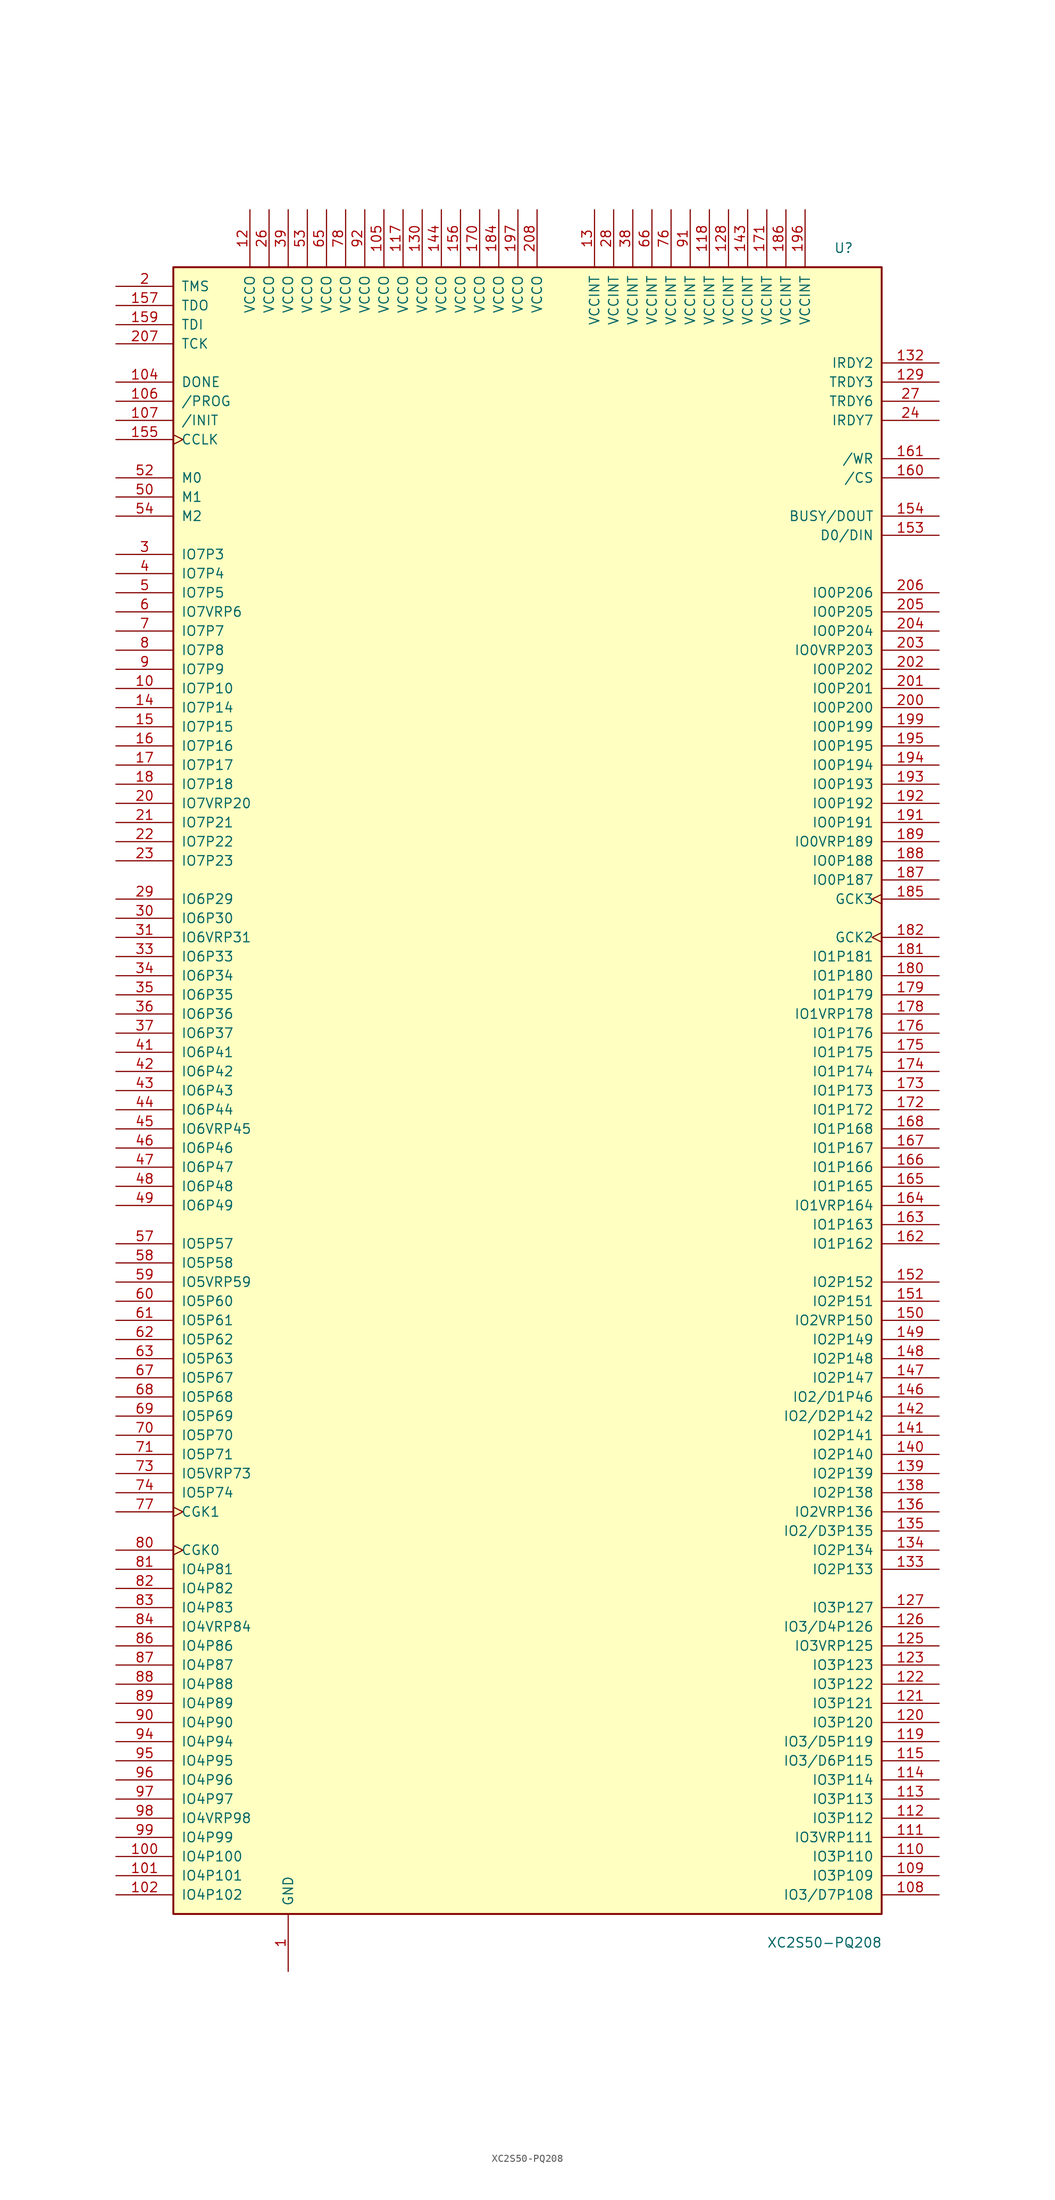
<source format=kicad_sym>
(kicad_symbol_lib
  (version 20241209)
  (generator "kicad_symbol_editor")
  (generator_version "9.0")
  (symbol "XC2S50-PQ208"
    (pin_names
      (offset 1.016))
    (property "Reference" "U"
      (at 40.64 111.76 0)
      (effects (font (size 1.27 1.27)) (justify left)))
    (property "Value" "XC2S50-PQ208"
      (at 31.75 -113.03 0)
      (effects (font (size 1.27 1.27)) (justify left)))
    (symbol "XC2S50-PQ208_0_1"
      (rectangle (start -46.99 109.22) (end 46.99 -109.22) (stroke (width 0.254) (type default)) (fill (type background))))
    (symbol "XC2S50-PQ208_1_1"
      (pin bidirectional line (at -54.61 106.68 0) (length 7.62) (name "TMS" (effects (font (size 1.27 1.27)))) (number "2" (effects (font (size 1.27 1.27)))))
      (pin bidirectional line (at -54.61 104.14 0) (length 7.62) (name "TDO" (effects (font (size 1.27 1.27)))) (number "157" (effects (font (size 1.27 1.27)))))
      (pin bidirectional line (at -54.61 101.6 0) (length 7.62) (name "TDI" (effects (font (size 1.27 1.27)))) (number "159" (effects (font (size 1.27 1.27)))))
      (pin bidirectional line (at -54.61 99.06 0) (length 7.62) (name "TCK" (effects (font (size 1.27 1.27)))) (number "207" (effects (font (size 1.27 1.27)))))
      (pin bidirectional line (at -54.61 93.98 0) (length 7.62) (name "DONE" (effects (font (size 1.27 1.27)))) (number "104" (effects (font (size 1.27 1.27)))))
      (pin input line (at -54.61 91.44 0) (length 7.62) (name "/PROG" (effects (font (size 1.27 1.27)))) (number "106" (effects (font (size 1.27 1.27)))))
      (pin bidirectional line (at -54.61 88.9 0) (length 7.62) (name "/INIT" (effects (font (size 1.27 1.27)))) (number "107" (effects (font (size 1.27 1.27)))))
      (pin bidirectional clock (at -54.61 86.36 0) (length 7.62) (name "CCLK" (effects (font (size 1.27 1.27)))) (number "155" (effects (font (size 1.27 1.27)))))
      (pin input line (at -54.61 81.28 0) (length 7.62) (name "M0" (effects (font (size 1.27 1.27)))) (number "52" (effects (font (size 1.27 1.27)))))
      (pin input line (at -54.61 78.74 0) (length 7.62) (name "M1" (effects (font (size 1.27 1.27)))) (number "50" (effects (font (size 1.27 1.27)))))
      (pin input line (at -54.61 76.2 0) (length 7.62) (name "M2" (effects (font (size 1.27 1.27)))) (number "54" (effects (font (size 1.27 1.27)))))
      (pin bidirectional line (at -54.61 71.12 0) (length 7.62) (name "IO7P3" (effects (font (size 1.27 1.27)))) (number "3" (effects (font (size 1.27 1.27)))))
      (pin bidirectional line (at -54.61 68.58 0) (length 7.62) (name "IO7P4" (effects (font (size 1.27 1.27)))) (number "4" (effects (font (size 1.27 1.27)))))
      (pin bidirectional line (at -54.61 66.04 0) (length 7.62) (name "IO7P5" (effects (font (size 1.27 1.27)))) (number "5" (effects (font (size 1.27 1.27)))))
      (pin bidirectional line (at -54.61 63.5 0) (length 7.62) (name "IO7VRP6" (effects (font (size 1.27 1.27)))) (number "6" (effects (font (size 1.27 1.27)))))
      (pin bidirectional line (at -54.61 60.96 0) (length 7.62) (name "IO7P7" (effects (font (size 1.27 1.27)))) (number "7" (effects (font (size 1.27 1.27)))))
      (pin bidirectional line (at -54.61 58.42 0) (length 7.62) (name "IO7P8" (effects (font (size 1.27 1.27)))) (number "8" (effects (font (size 1.27 1.27)))))
      (pin bidirectional line (at -54.61 55.88 0) (length 7.62) (name "IO7P9" (effects (font (size 1.27 1.27)))) (number "9" (effects (font (size 1.27 1.27)))))
      (pin bidirectional line (at -54.61 53.34 0) (length 7.62) (name "IO7P10" (effects (font (size 1.27 1.27)))) (number "10" (effects (font (size 1.27 1.27)))))
      (pin bidirectional line (at -54.61 50.8 0) (length 7.62) (name "IO7P14" (effects (font (size 1.27 1.27)))) (number "14" (effects (font (size 1.27 1.27)))))
      (pin bidirectional line (at -54.61 48.26 0) (length 7.62) (name "IO7P15" (effects (font (size 1.27 1.27)))) (number "15" (effects (font (size 1.27 1.27)))))
      (pin bidirectional line (at -54.61 45.72 0) (length 7.62) (name "IO7P16" (effects (font (size 1.27 1.27)))) (number "16" (effects (font (size 1.27 1.27)))))
      (pin bidirectional line (at -54.61 43.18 0) (length 7.62) (name "IO7P17" (effects (font (size 1.27 1.27)))) (number "17" (effects (font (size 1.27 1.27)))))
      (pin bidirectional line (at -54.61 40.64 0) (length 7.62) (name "IO7P18" (effects (font (size 1.27 1.27)))) (number "18" (effects (font (size 1.27 1.27)))))
      (pin bidirectional line (at -54.61 38.1 0) (length 7.62) (name "IO7VRP20" (effects (font (size 1.27 1.27)))) (number "20" (effects (font (size 1.27 1.27)))))
      (pin bidirectional line (at -54.61 35.56 0) (length 7.62) (name "IO7P21" (effects (font (size 1.27 1.27)))) (number "21" (effects (font (size 1.27 1.27)))))
      (pin bidirectional line (at -54.61 33.02 0) (length 7.62) (name "IO7P22" (effects (font (size 1.27 1.27)))) (number "22" (effects (font (size 1.27 1.27)))))
      (pin bidirectional line (at -54.61 30.48 0) (length 7.62) (name "IO7P23" (effects (font (size 1.27 1.27)))) (number "23" (effects (font (size 1.27 1.27)))))
      (pin bidirectional line (at -54.61 25.4 0) (length 7.62) (name "IO6P29" (effects (font (size 1.27 1.27)))) (number "29" (effects (font (size 1.27 1.27)))))
      (pin bidirectional line (at -54.61 22.86 0) (length 7.62) (name "IO6P30" (effects (font (size 1.27 1.27)))) (number "30" (effects (font (size 1.27 1.27)))))
      (pin bidirectional line (at -54.61 20.32 0) (length 7.62) (name "IO6VRP31" (effects (font (size 1.27 1.27)))) (number "31" (effects (font (size 1.27 1.27)))))
      (pin bidirectional line (at -54.61 17.78 0) (length 7.62) (name "IO6P33" (effects (font (size 1.27 1.27)))) (number "33" (effects (font (size 1.27 1.27)))))
      (pin bidirectional line (at -54.61 15.24 0) (length 7.62) (name "IO6P34" (effects (font (size 1.27 1.27)))) (number "34" (effects (font (size 1.27 1.27)))))
      (pin bidirectional line (at -54.61 12.7 0) (length 7.62) (name "IO6P35" (effects (font (size 1.27 1.27)))) (number "35" (effects (font (size 1.27 1.27)))))
      (pin bidirectional line (at -54.61 10.16 0) (length 7.62) (name "IO6P36" (effects (font (size 1.27 1.27)))) (number "36" (effects (font (size 1.27 1.27)))))
      (pin bidirectional line (at -54.61 7.62 0) (length 7.62) (name "IO6P37" (effects (font (size 1.27 1.27)))) (number "37" (effects (font (size 1.27 1.27)))))
      (pin bidirectional line (at -54.61 5.08 0) (length 7.62) (name "IO6P41" (effects (font (size 1.27 1.27)))) (number "41" (effects (font (size 1.27 1.27)))))
      (pin bidirectional line (at -54.61 2.54 0) (length 7.62) (name "IO6P42" (effects (font (size 1.27 1.27)))) (number "42" (effects (font (size 1.27 1.27)))))
      (pin bidirectional line (at -54.61 0 0) (length 7.62) (name "IO6P43" (effects (font (size 1.27 1.27)))) (number "43" (effects (font (size 1.27 1.27)))))
      (pin bidirectional line (at -54.61 -2.54 0) (length 7.62) (name "IO6P44" (effects (font (size 1.27 1.27)))) (number "44" (effects (font (size 1.27 1.27)))))
      (pin bidirectional line (at -54.61 -5.08 0) (length 7.62) (name "IO6VRP45" (effects (font (size 1.27 1.27)))) (number "45" (effects (font (size 1.27 1.27)))))
      (pin bidirectional line (at -54.61 -7.62 0) (length 7.62) (name "IO6P46" (effects (font (size 1.27 1.27)))) (number "46" (effects (font (size 1.27 1.27)))))
      (pin bidirectional line (at -54.61 -10.16 0) (length 7.62) (name "IO6P47" (effects (font (size 1.27 1.27)))) (number "47" (effects (font (size 1.27 1.27)))))
      (pin bidirectional line (at -54.61 -12.7 0) (length 7.62) (name "IO6P48" (effects (font (size 1.27 1.27)))) (number "48" (effects (font (size 1.27 1.27)))))
      (pin bidirectional line (at -54.61 -15.24 0) (length 7.62) (name "IO6P49" (effects (font (size 1.27 1.27)))) (number "49" (effects (font (size 1.27 1.27)))))
      (pin bidirectional line (at -54.61 -20.32 0) (length 7.62) (name "IO5P57" (effects (font (size 1.27 1.27)))) (number "57" (effects (font (size 1.27 1.27)))))
      (pin bidirectional line (at -54.61 -22.86 0) (length 7.62) (name "IO5P58" (effects (font (size 1.27 1.27)))) (number "58" (effects (font (size 1.27 1.27)))))
      (pin bidirectional line (at -54.61 -25.4 0) (length 7.62) (name "IO5VRP59" (effects (font (size 1.27 1.27)))) (number "59" (effects (font (size 1.27 1.27)))))
      (pin bidirectional line (at -54.61 -27.94 0) (length 7.62) (name "IO5P60" (effects (font (size 1.27 1.27)))) (number "60" (effects (font (size 1.27 1.27)))))
      (pin bidirectional line (at -54.61 -30.48 0) (length 7.62) (name "IO5P61" (effects (font (size 1.27 1.27)))) (number "61" (effects (font (size 1.27 1.27)))))
      (pin bidirectional line (at -54.61 -33.02 0) (length 7.62) (name "IO5P62" (effects (font (size 1.27 1.27)))) (number "62" (effects (font (size 1.27 1.27)))))
      (pin bidirectional line (at -54.61 -35.56 0) (length 7.62) (name "IO5P63" (effects (font (size 1.27 1.27)))) (number "63" (effects (font (size 1.27 1.27)))))
      (pin bidirectional line (at -54.61 -38.1 0) (length 7.62) (name "IO5P67" (effects (font (size 1.27 1.27)))) (number "67" (effects (font (size 1.27 1.27)))))
      (pin bidirectional line (at -54.61 -40.64 0) (length 7.62) (name "IO5P68" (effects (font (size 1.27 1.27)))) (number "68" (effects (font (size 1.27 1.27)))))
      (pin bidirectional line (at -54.61 -43.18 0) (length 7.62) (name "IO5P69" (effects (font (size 1.27 1.27)))) (number "69" (effects (font (size 1.27 1.27)))))
      (pin bidirectional line (at -54.61 -45.72 0) (length 7.62) (name "IO5P70" (effects (font (size 1.27 1.27)))) (number "70" (effects (font (size 1.27 1.27)))))
      (pin bidirectional line (at -54.61 -48.26 0) (length 7.62) (name "IO5P71" (effects (font (size 1.27 1.27)))) (number "71" (effects (font (size 1.27 1.27)))))
      (pin bidirectional line (at -54.61 -50.8 0) (length 7.62) (name "IO5VRP73" (effects (font (size 1.27 1.27)))) (number "73" (effects (font (size 1.27 1.27)))))
      (pin bidirectional line (at -54.61 -53.34 0) (length 7.62) (name "IO5P74" (effects (font (size 1.27 1.27)))) (number "74" (effects (font (size 1.27 1.27)))))
      (pin input clock (at -54.61 -55.88 0) (length 7.62) (name "CGK1" (effects (font (size 1.27 1.27)))) (number "77" (effects (font (size 1.27 1.27)))))
      (pin input clock (at -54.61 -60.96 0) (length 7.62) (name "CGK0" (effects (font (size 1.27 1.27)))) (number "80" (effects (font (size 1.27 1.27)))))
      (pin bidirectional line (at -54.61 -63.5 0) (length 7.62) (name "IO4P81" (effects (font (size 1.27 1.27)))) (number "81" (effects (font (size 1.27 1.27)))))
      (pin bidirectional line (at -54.61 -66.04 0) (length 7.62) (name "IO4P82" (effects (font (size 1.27 1.27)))) (number "82" (effects (font (size 1.27 1.27)))))
      (pin bidirectional line (at -54.61 -68.58 0) (length 7.62) (name "IO4P83" (effects (font (size 1.27 1.27)))) (number "83" (effects (font (size 1.27 1.27)))))
      (pin bidirectional line (at -54.61 -71.12 0) (length 7.62) (name "IO4VRP84" (effects (font (size 1.27 1.27)))) (number "84" (effects (font (size 1.27 1.27)))))
      (pin bidirectional line (at -54.61 -73.66 0) (length 7.62) (name "IO4P86" (effects (font (size 1.27 1.27)))) (number "86" (effects (font (size 1.27 1.27)))))
      (pin bidirectional line (at -54.61 -76.2 0) (length 7.62) (name "IO4P87" (effects (font (size 1.27 1.27)))) (number "87" (effects (font (size 1.27 1.27)))))
      (pin bidirectional line (at -54.61 -78.74 0) (length 7.62) (name "IO4P88" (effects (font (size 1.27 1.27)))) (number "88" (effects (font (size 1.27 1.27)))))
      (pin bidirectional line (at -54.61 -81.28 0) (length 7.62) (name "IO4P89" (effects (font (size 1.27 1.27)))) (number "89" (effects (font (size 1.27 1.27)))))
      (pin bidirectional line (at -54.61 -83.82 0) (length 7.62) (name "IO4P90" (effects (font (size 1.27 1.27)))) (number "90" (effects (font (size 1.27 1.27)))))
      (pin bidirectional line (at -54.61 -86.36 0) (length 7.62) (name "IO4P94" (effects (font (size 1.27 1.27)))) (number "94" (effects (font (size 1.27 1.27)))))
      (pin bidirectional line (at -54.61 -88.9 0) (length 7.62) (name "IO4P95" (effects (font (size 1.27 1.27)))) (number "95" (effects (font (size 1.27 1.27)))))
      (pin bidirectional line (at -54.61 -91.44 0) (length 7.62) (name "IO4P96" (effects (font (size 1.27 1.27)))) (number "96" (effects (font (size 1.27 1.27)))))
      (pin bidirectional line (at -54.61 -93.98 0) (length 7.62) (name "IO4P97" (effects (font (size 1.27 1.27)))) (number "97" (effects (font (size 1.27 1.27)))))
      (pin bidirectional line (at -54.61 -96.52 0) (length 7.62) (name "IO4VRP98" (effects (font (size 1.27 1.27)))) (number "98" (effects (font (size 1.27 1.27)))))
      (pin bidirectional line (at -54.61 -99.06 0) (length 7.62) (name "IO4P99" (effects (font (size 1.27 1.27)))) (number "99" (effects (font (size 1.27 1.27)))))
      (pin bidirectional line (at -54.61 -101.6 0) (length 7.62) (name "IO4P100" (effects (font (size 1.27 1.27)))) (number "100" (effects (font (size 1.27 1.27)))))
      (pin bidirectional line (at -54.61 -104.14 0) (length 7.62) (name "IO4P101" (effects (font (size 1.27 1.27)))) (number "101" (effects (font (size 1.27 1.27)))))
      (pin bidirectional line (at -54.61 -106.68 0) (length 7.62) (name "IO4P102" (effects (font (size 1.27 1.27)))) (number "102" (effects (font (size 1.27 1.27)))))
      (pin passive line (at -36.83 116.84 270) (length 7.62) (name "VCCO" (effects (font (size 1.27 1.27)))) (number "12" (effects (font (size 1.27 1.27)))))
      (pin passive line (at -34.29 116.84 270) (length 7.62) (name "VCCO" (effects (font (size 1.27 1.27)))) (number "26" (effects (font (size 1.27 1.27)))))
      (pin passive line (at -31.75 116.84 270) (length 7.62) (name "VCCO" (effects (font (size 1.27 1.27)))) (number "39" (effects (font (size 1.27 1.27)))))
      (pin passive line (at -31.75 -116.84 90) (length 7.62) (name "GND" (effects (font (size 1.27 1.27)))) (number "1" (effects (font (size 1.27 1.27)))))
      (pin passive line (at -31.75 -116.84 90) (length 7.62) (hide yes) (name "GND" (effects (font (size 1.27 1.27)))) (number "103" (effects (font (size 1.27 1.27)))))
      (pin passive line (at -31.75 -116.84 90) (length 7.62) (hide yes) (name "GND" (effects (font (size 1.27 1.27)))) (number "11" (effects (font (size 1.27 1.27)))))
      (pin passive line (at -31.75 -116.84 90) (length 7.62) (hide yes) (name "GND" (effects (font (size 1.27 1.27)))) (number "116" (effects (font (size 1.27 1.27)))))
      (pin passive line (at -31.75 -116.84 90) (length 7.62) (hide yes) (name "GND" (effects (font (size 1.27 1.27)))) (number "124" (effects (font (size 1.27 1.27)))))
      (pin passive line (at -31.75 -116.84 90) (length 7.62) (hide yes) (name "GND" (effects (font (size 1.27 1.27)))) (number "131" (effects (font (size 1.27 1.27)))))
      (pin passive line (at -31.75 -116.84 90) (length 7.62) (hide yes) (name "GND" (effects (font (size 1.27 1.27)))) (number "137" (effects (font (size 1.27 1.27)))))
      (pin passive line (at -31.75 -116.84 90) (length 7.62) (hide yes) (name "GND" (effects (font (size 1.27 1.27)))) (number "145" (effects (font (size 1.27 1.27)))))
      (pin passive line (at -31.75 -116.84 90) (length 7.62) (hide yes) (name "GND" (effects (font (size 1.27 1.27)))) (number "158" (effects (font (size 1.27 1.27)))))
      (pin passive line (at -31.75 -116.84 90) (length 7.62) (hide yes) (name "GND" (effects (font (size 1.27 1.27)))) (number "169" (effects (font (size 1.27 1.27)))))
      (pin passive line (at -31.75 -116.84 90) (length 7.62) (hide yes) (name "GND" (effects (font (size 1.27 1.27)))) (number "177" (effects (font (size 1.27 1.27)))))
      (pin passive line (at -31.75 -116.84 90) (length 7.62) (hide yes) (name "GND" (effects (font (size 1.27 1.27)))) (number "183" (effects (font (size 1.27 1.27)))))
      (pin passive line (at -31.75 -116.84 90) (length 7.62) (hide yes) (name "GND" (effects (font (size 1.27 1.27)))) (number "19" (effects (font (size 1.27 1.27)))))
      (pin passive line (at -31.75 -116.84 90) (length 7.62) (hide yes) (name "GND" (effects (font (size 1.27 1.27)))) (number "190" (effects (font (size 1.27 1.27)))))
      (pin passive line (at -31.75 -116.84 90) (length 7.62) (hide yes) (name "GND" (effects (font (size 1.27 1.27)))) (number "198" (effects (font (size 1.27 1.27)))))
      (pin passive line (at -31.75 -116.84 90) (length 7.62) (hide yes) (name "GND" (effects (font (size 1.27 1.27)))) (number "25" (effects (font (size 1.27 1.27)))))
      (pin passive line (at -31.75 -116.84 90) (length 7.62) (hide yes) (name "GND" (effects (font (size 1.27 1.27)))) (number "32" (effects (font (size 1.27 1.27)))))
      (pin passive line (at -31.75 -116.84 90) (length 7.62) (hide yes) (name "GND" (effects (font (size 1.27 1.27)))) (number "40" (effects (font (size 1.27 1.27)))))
      (pin passive line (at -31.75 -116.84 90) (length 7.62) (hide yes) (name "GND" (effects (font (size 1.27 1.27)))) (number "51" (effects (font (size 1.27 1.27)))))
      (pin passive line (at -31.75 -116.84 90) (length 7.62) (hide yes) (name "GND" (effects (font (size 1.27 1.27)))) (number "64" (effects (font (size 1.27 1.27)))))
      (pin passive line (at -31.75 -116.84 90) (length 7.62) (hide yes) (name "GND" (effects (font (size 1.27 1.27)))) (number "72" (effects (font (size 1.27 1.27)))))
      (pin passive line (at -31.75 -116.84 90) (length 7.62) (hide yes) (name "GND" (effects (font (size 1.27 1.27)))) (number "79" (effects (font (size 1.27 1.27)))))
      (pin passive line (at -31.75 -116.84 90) (length 7.62) (hide yes) (name "GND" (effects (font (size 1.27 1.27)))) (number "85" (effects (font (size 1.27 1.27)))))
      (pin passive line (at -31.75 -116.84 90) (length 7.62) (hide yes) (name "GND" (effects (font (size 1.27 1.27)))) (number "93" (effects (font (size 1.27 1.27)))))
      (pin passive line (at -29.21 116.84 270) (length 7.62) (name "VCCO" (effects (font (size 1.27 1.27)))) (number "53" (effects (font (size 1.27 1.27)))))
      (pin passive line (at -26.67 116.84 270) (length 7.62) (name "VCCO" (effects (font (size 1.27 1.27)))) (number "65" (effects (font (size 1.27 1.27)))))
      (pin passive line (at -24.13 116.84 270) (length 7.62) (name "VCCO" (effects (font (size 1.27 1.27)))) (number "78" (effects (font (size 1.27 1.27)))))
      (pin passive line (at -21.59 116.84 270) (length 7.62) (name "VCCO" (effects (font (size 1.27 1.27)))) (number "92" (effects (font (size 1.27 1.27)))))
      (pin passive line (at -19.05 116.84 270) (length 7.62) (name "VCCO" (effects (font (size 1.27 1.27)))) (number "105" (effects (font (size 1.27 1.27)))))
      (pin passive line (at -16.51 116.84 270) (length 7.62) (name "VCCO" (effects (font (size 1.27 1.27)))) (number "117" (effects (font (size 1.27 1.27)))))
      (pin passive line (at -13.97 116.84 270) (length 7.62) (name "VCCO" (effects (font (size 1.27 1.27)))) (number "130" (effects (font (size 1.27 1.27)))))
      (pin passive line (at -11.43 116.84 270) (length 7.62) (name "VCCO" (effects (font (size 1.27 1.27)))) (number "144" (effects (font (size 1.27 1.27)))))
      (pin passive line (at -8.89 116.84 270) (length 7.62) (name "VCCO" (effects (font (size 1.27 1.27)))) (number "156" (effects (font (size 1.27 1.27)))))
      (pin passive line (at -6.35 116.84 270) (length 7.62) (name "VCCO" (effects (font (size 1.27 1.27)))) (number "170" (effects (font (size 1.27 1.27)))))
      (pin passive line (at -3.81 116.84 270) (length 7.62) (name "VCCO" (effects (font (size 1.27 1.27)))) (number "184" (effects (font (size 1.27 1.27)))))
      (pin passive line (at -1.27 116.84 270) (length 7.62) (name "VCCO" (effects (font (size 1.27 1.27)))) (number "197" (effects (font (size 1.27 1.27)))))
      (pin passive line (at 1.27 116.84 270) (length 7.62) (name "VCCO" (effects (font (size 1.27 1.27)))) (number "208" (effects (font (size 1.27 1.27)))))
      (pin passive line (at 8.89 116.84 270) (length 7.62) (name "VCCINT" (effects (font (size 1.27 1.27)))) (number "13" (effects (font (size 1.27 1.27)))))
      (pin passive line (at 11.43 116.84 270) (length 7.62) (name "VCCINT" (effects (font (size 1.27 1.27)))) (number "28" (effects (font (size 1.27 1.27)))))
      (pin passive line (at 13.97 116.84 270) (length 7.62) (name "VCCINT" (effects (font (size 1.27 1.27)))) (number "38" (effects (font (size 1.27 1.27)))))
      (pin passive line (at 16.51 116.84 270) (length 7.62) (name "VCCINT" (effects (font (size 1.27 1.27)))) (number "66" (effects (font (size 1.27 1.27)))))
      (pin passive line (at 19.05 116.84 270) (length 7.62) (name "VCCINT" (effects (font (size 1.27 1.27)))) (number "76" (effects (font (size 1.27 1.27)))))
      (pin passive line (at 21.59 116.84 270) (length 7.62) (name "VCCINT" (effects (font (size 1.27 1.27)))) (number "91" (effects (font (size 1.27 1.27)))))
      (pin passive line (at 24.13 116.84 270) (length 7.62) (name "VCCINT" (effects (font (size 1.27 1.27)))) (number "118" (effects (font (size 1.27 1.27)))))
      (pin passive line (at 26.67 116.84 270) (length 7.62) (name "VCCINT" (effects (font (size 1.27 1.27)))) (number "128" (effects (font (size 1.27 1.27)))))
      (pin passive line (at 29.21 116.84 270) (length 7.62) (name "VCCINT" (effects (font (size 1.27 1.27)))) (number "143" (effects (font (size 1.27 1.27)))))
      (pin passive line (at 31.75 116.84 270) (length 7.62) (name "VCCINT" (effects (font (size 1.27 1.27)))) (number "171" (effects (font (size 1.27 1.27)))))
      (pin passive line (at 34.29 116.84 270) (length 7.62) (name "VCCINT" (effects (font (size 1.27 1.27)))) (number "186" (effects (font (size 1.27 1.27)))))
      (pin passive line (at 36.83 116.84 270) (length 7.62) (name "VCCINT" (effects (font (size 1.27 1.27)))) (number "196" (effects (font (size 1.27 1.27)))))
      (pin bidirectional line (at 54.61 96.52 180) (length 7.62) (name "IRDY2" (effects (font (size 1.27 1.27)))) (number "132" (effects (font (size 1.27 1.27)))))
      (pin bidirectional line (at 54.61 93.98 180) (length 7.62) (name "TRDY3" (effects (font (size 1.27 1.27)))) (number "129" (effects (font (size 1.27 1.27)))))
      (pin bidirectional line (at 54.61 91.44 180) (length 7.62) (name "TRDY6" (effects (font (size 1.27 1.27)))) (number "27" (effects (font (size 1.27 1.27)))))
      (pin bidirectional line (at 54.61 88.9 180) (length 7.62) (name "IRDY7" (effects (font (size 1.27 1.27)))) (number "24" (effects (font (size 1.27 1.27)))))
      (pin bidirectional line (at 54.61 83.82 180) (length 7.62) (name "/WR" (effects (font (size 1.27 1.27)))) (number "161" (effects (font (size 1.27 1.27)))))
      (pin bidirectional line (at 54.61 81.28 180) (length 7.62) (name "/CS" (effects (font (size 1.27 1.27)))) (number "160" (effects (font (size 1.27 1.27)))))
      (pin bidirectional line (at 54.61 76.2 180) (length 7.62) (name "BUSY/DOUT" (effects (font (size 1.27 1.27)))) (number "154" (effects (font (size 1.27 1.27)))))
      (pin bidirectional line (at 54.61 73.66 180) (length 7.62) (name "D0/DIN" (effects (font (size 1.27 1.27)))) (number "153" (effects (font (size 1.27 1.27)))))
      (pin bidirectional line (at 54.61 66.04 180) (length 7.62) (name "IO0P206" (effects (font (size 1.27 1.27)))) (number "206" (effects (font (size 1.27 1.27)))))
      (pin bidirectional line (at 54.61 63.5 180) (length 7.62) (name "IO0P205" (effects (font (size 1.27 1.27)))) (number "205" (effects (font (size 1.27 1.27)))))
      (pin bidirectional line (at 54.61 60.96 180) (length 7.62) (name "IO0P204" (effects (font (size 1.27 1.27)))) (number "204" (effects (font (size 1.27 1.27)))))
      (pin bidirectional line (at 54.61 58.42 180) (length 7.62) (name "IO0VRP203" (effects (font (size 1.27 1.27)))) (number "203" (effects (font (size 1.27 1.27)))))
      (pin bidirectional line (at 54.61 55.88 180) (length 7.62) (name "IO0P202" (effects (font (size 1.27 1.27)))) (number "202" (effects (font (size 1.27 1.27)))))
      (pin bidirectional line (at 54.61 53.34 180) (length 7.62) (name "IO0P201" (effects (font (size 1.27 1.27)))) (number "201" (effects (font (size 1.27 1.27)))))
      (pin bidirectional line (at 54.61 50.8 180) (length 7.62) (name "IO0P200" (effects (font (size 1.27 1.27)))) (number "200" (effects (font (size 1.27 1.27)))))
      (pin bidirectional line (at 54.61 48.26 180) (length 7.62) (name "IO0P199" (effects (font (size 1.27 1.27)))) (number "199" (effects (font (size 1.27 1.27)))))
      (pin bidirectional line (at 54.61 45.72 180) (length 7.62) (name "IO0P195" (effects (font (size 1.27 1.27)))) (number "195" (effects (font (size 1.27 1.27)))))
      (pin bidirectional line (at 54.61 43.18 180) (length 7.62) (name "IO0P194" (effects (font (size 1.27 1.27)))) (number "194" (effects (font (size 1.27 1.27)))))
      (pin bidirectional line (at 54.61 40.64 180) (length 7.62) (name "IO0P193" (effects (font (size 1.27 1.27)))) (number "193" (effects (font (size 1.27 1.27)))))
      (pin bidirectional line (at 54.61 38.1 180) (length 7.62) (name "IO0P192" (effects (font (size 1.27 1.27)))) (number "192" (effects (font (size 1.27 1.27)))))
      (pin bidirectional line (at 54.61 35.56 180) (length 7.62) (name "IO0P191" (effects (font (size 1.27 1.27)))) (number "191" (effects (font (size 1.27 1.27)))))
      (pin bidirectional line (at 54.61 33.02 180) (length 7.62) (name "IO0VRP189" (effects (font (size 1.27 1.27)))) (number "189" (effects (font (size 1.27 1.27)))))
      (pin bidirectional line (at 54.61 30.48 180) (length 7.62) (name "IO0P188" (effects (font (size 1.27 1.27)))) (number "188" (effects (font (size 1.27 1.27)))))
      (pin bidirectional line (at 54.61 27.94 180) (length 7.62) (name "IO0P187" (effects (font (size 1.27 1.27)))) (number "187" (effects (font (size 1.27 1.27)))))
      (pin input clock (at 54.61 25.4 180) (length 7.62) (name "GCK3" (effects (font (size 1.27 1.27)))) (number "185" (effects (font (size 1.27 1.27)))))
      (pin input clock (at 54.61 20.32 180) (length 7.62) (name "GCK2" (effects (font (size 1.27 1.27)))) (number "182" (effects (font (size 1.27 1.27)))))
      (pin bidirectional line (at 54.61 17.78 180) (length 7.62) (name "IO1P181" (effects (font (size 1.27 1.27)))) (number "181" (effects (font (size 1.27 1.27)))))
      (pin bidirectional line (at 54.61 15.24 180) (length 7.62) (name "IO1P180" (effects (font (size 1.27 1.27)))) (number "180" (effects (font (size 1.27 1.27)))))
      (pin bidirectional line (at 54.61 12.7 180) (length 7.62) (name "IO1P179" (effects (font (size 1.27 1.27)))) (number "179" (effects (font (size 1.27 1.27)))))
      (pin bidirectional line (at 54.61 10.16 180) (length 7.62) (name "IO1VRP178" (effects (font (size 1.27 1.27)))) (number "178" (effects (font (size 1.27 1.27)))))
      (pin bidirectional line (at 54.61 7.62 180) (length 7.62) (name "IO1P176" (effects (font (size 1.27 1.27)))) (number "176" (effects (font (size 1.27 1.27)))))
      (pin bidirectional line (at 54.61 5.08 180) (length 7.62) (name "IO1P175" (effects (font (size 1.27 1.27)))) (number "175" (effects (font (size 1.27 1.27)))))
      (pin bidirectional line (at 54.61 2.54 180) (length 7.62) (name "IO1P174" (effects (font (size 1.27 1.27)))) (number "174" (effects (font (size 1.27 1.27)))))
      (pin bidirectional line (at 54.61 0 180) (length 7.62) (name "IO1P173" (effects (font (size 1.27 1.27)))) (number "173" (effects (font (size 1.27 1.27)))))
      (pin bidirectional line (at 54.61 -2.54 180) (length 7.62) (name "IO1P172" (effects (font (size 1.27 1.27)))) (number "172" (effects (font (size 1.27 1.27)))))
      (pin bidirectional line (at 54.61 -5.08 180) (length 7.62) (name "IO1P168" (effects (font (size 1.27 1.27)))) (number "168" (effects (font (size 1.27 1.27)))))
      (pin bidirectional line (at 54.61 -7.62 180) (length 7.62) (name "IO1P167" (effects (font (size 1.27 1.27)))) (number "167" (effects (font (size 1.27 1.27)))))
      (pin bidirectional line (at 54.61 -10.16 180) (length 7.62) (name "IO1P166" (effects (font (size 1.27 1.27)))) (number "166" (effects (font (size 1.27 1.27)))))
      (pin bidirectional line (at 54.61 -12.7 180) (length 7.62) (name "IO1P165" (effects (font (size 1.27 1.27)))) (number "165" (effects (font (size 1.27 1.27)))))
      (pin bidirectional line (at 54.61 -15.24 180) (length 7.62) (name "IO1VRP164" (effects (font (size 1.27 1.27)))) (number "164" (effects (font (size 1.27 1.27)))))
      (pin bidirectional line (at 54.61 -17.78 180) (length 7.62) (name "IO1P163" (effects (font (size 1.27 1.27)))) (number "163" (effects (font (size 1.27 1.27)))))
      (pin bidirectional line (at 54.61 -20.32 180) (length 7.62) (name "IO1P162" (effects (font (size 1.27 1.27)))) (number "162" (effects (font (size 1.27 1.27)))))
      (pin bidirectional line (at 54.61 -25.4 180) (length 7.62) (name "IO2P152" (effects (font (size 1.27 1.27)))) (number "152" (effects (font (size 1.27 1.27)))))
      (pin bidirectional line (at 54.61 -27.94 180) (length 7.62) (name "IO2P151" (effects (font (size 1.27 1.27)))) (number "151" (effects (font (size 1.27 1.27)))))
      (pin bidirectional line (at 54.61 -30.48 180) (length 7.62) (name "IO2VRP150" (effects (font (size 1.27 1.27)))) (number "150" (effects (font (size 1.27 1.27)))))
      (pin bidirectional line (at 54.61 -33.02 180) (length 7.62) (name "IO2P149" (effects (font (size 1.27 1.27)))) (number "149" (effects (font (size 1.27 1.27)))))
      (pin bidirectional line (at 54.61 -35.56 180) (length 7.62) (name "IO2P148" (effects (font (size 1.27 1.27)))) (number "148" (effects (font (size 1.27 1.27)))))
      (pin bidirectional line (at 54.61 -38.1 180) (length 7.62) (name "IO2P147" (effects (font (size 1.27 1.27)))) (number "147" (effects (font (size 1.27 1.27)))))
      (pin bidirectional line (at 54.61 -40.64 180) (length 7.62) (name "IO2/D1P46" (effects (font (size 1.27 1.27)))) (number "146" (effects (font (size 1.27 1.27)))))
      (pin bidirectional line (at 54.61 -43.18 180) (length 7.62) (name "IO2/D2P142" (effects (font (size 1.27 1.27)))) (number "142" (effects (font (size 1.27 1.27)))))
      (pin bidirectional line (at 54.61 -45.72 180) (length 7.62) (name "IO2P141" (effects (font (size 1.27 1.27)))) (number "141" (effects (font (size 1.27 1.27)))))
      (pin bidirectional line (at 54.61 -48.26 180) (length 7.62) (name "IO2P140" (effects (font (size 1.27 1.27)))) (number "140" (effects (font (size 1.27 1.27)))))
      (pin bidirectional line (at 54.61 -50.8 180) (length 7.62) (name "IO2P139" (effects (font (size 1.27 1.27)))) (number "139" (effects (font (size 1.27 1.27)))))
      (pin bidirectional line (at 54.61 -53.34 180) (length 7.62) (name "IO2P138" (effects (font (size 1.27 1.27)))) (number "138" (effects (font (size 1.27 1.27)))))
      (pin bidirectional line (at 54.61 -55.88 180) (length 7.62) (name "IO2VRP136" (effects (font (size 1.27 1.27)))) (number "136" (effects (font (size 1.27 1.27)))))
      (pin bidirectional line (at 54.61 -58.42 180) (length 7.62) (name "IO2/D3P135" (effects (font (size 1.27 1.27)))) (number "135" (effects (font (size 1.27 1.27)))))
      (pin bidirectional line (at 54.61 -60.96 180) (length 7.62) (name "IO2P134" (effects (font (size 1.27 1.27)))) (number "134" (effects (font (size 1.27 1.27)))))
      (pin bidirectional line (at 54.61 -63.5 180) (length 7.62) (name "IO2P133" (effects (font (size 1.27 1.27)))) (number "133" (effects (font (size 1.27 1.27)))))
      (pin bidirectional line (at 54.61 -68.58 180) (length 7.62) (name "IO3P127" (effects (font (size 1.27 1.27)))) (number "127" (effects (font (size 1.27 1.27)))))
      (pin bidirectional line (at 54.61 -71.12 180) (length 7.62) (name "IO3/D4P126" (effects (font (size 1.27 1.27)))) (number "126" (effects (font (size 1.27 1.27)))))
      (pin bidirectional line (at 54.61 -73.66 180) (length 7.62) (name "IO3VRP125" (effects (font (size 1.27 1.27)))) (number "125" (effects (font (size 1.27 1.27)))))
      (pin bidirectional line (at 54.61 -76.2 180) (length 7.62) (name "IO3P123" (effects (font (size 1.27 1.27)))) (number "123" (effects (font (size 1.27 1.27)))))
      (pin bidirectional line (at 54.61 -78.74 180) (length 7.62) (name "IO3P122" (effects (font (size 1.27 1.27)))) (number "122" (effects (font (size 1.27 1.27)))))
      (pin bidirectional line (at 54.61 -81.28 180) (length 7.62) (name "IO3P121" (effects (font (size 1.27 1.27)))) (number "121" (effects (font (size 1.27 1.27)))))
      (pin bidirectional line (at 54.61 -83.82 180) (length 7.62) (name "IO3P120" (effects (font (size 1.27 1.27)))) (number "120" (effects (font (size 1.27 1.27)))))
      (pin bidirectional line (at 54.61 -86.36 180) (length 7.62) (name "IO3/D5P119" (effects (font (size 1.27 1.27)))) (number "119" (effects (font (size 1.27 1.27)))))
      (pin bidirectional line (at 54.61 -88.9 180) (length 7.62) (name "IO3/D6P115" (effects (font (size 1.27 1.27)))) (number "115" (effects (font (size 1.27 1.27)))))
      (pin bidirectional line (at 54.61 -91.44 180) (length 7.62) (name "IO3P114" (effects (font (size 1.27 1.27)))) (number "114" (effects (font (size 1.27 1.27)))))
      (pin bidirectional line (at 54.61 -93.98 180) (length 7.62) (name "IO3P113" (effects (font (size 1.27 1.27)))) (number "113" (effects (font (size 1.27 1.27)))))
      (pin bidirectional line (at 54.61 -96.52 180) (length 7.62) (name "IO3P112" (effects (font (size 1.27 1.27)))) (number "112" (effects (font (size 1.27 1.27)))))
      (pin bidirectional line (at 54.61 -99.06 180) (length 7.62) (name "IO3VRP111" (effects (font (size 1.27 1.27)))) (number "111" (effects (font (size 1.27 1.27)))))
      (pin bidirectional line (at 54.61 -101.6 180) (length 7.62) (name "IO3P110" (effects (font (size 1.27 1.27)))) (number "110" (effects (font (size 1.27 1.27)))))
      (pin bidirectional line (at 54.61 -104.14 180) (length 7.62) (name "IO3P109" (effects (font (size 1.27 1.27)))) (number "109" (effects (font (size 1.27 1.27)))))
      (pin bidirectional line (at 54.61 -106.68 180) (length 7.62) (name "IO3/D7P108" (effects (font (size 1.27 1.27)))) (number "108" (effects (font (size 1.27 1.27))))))))
</source>
